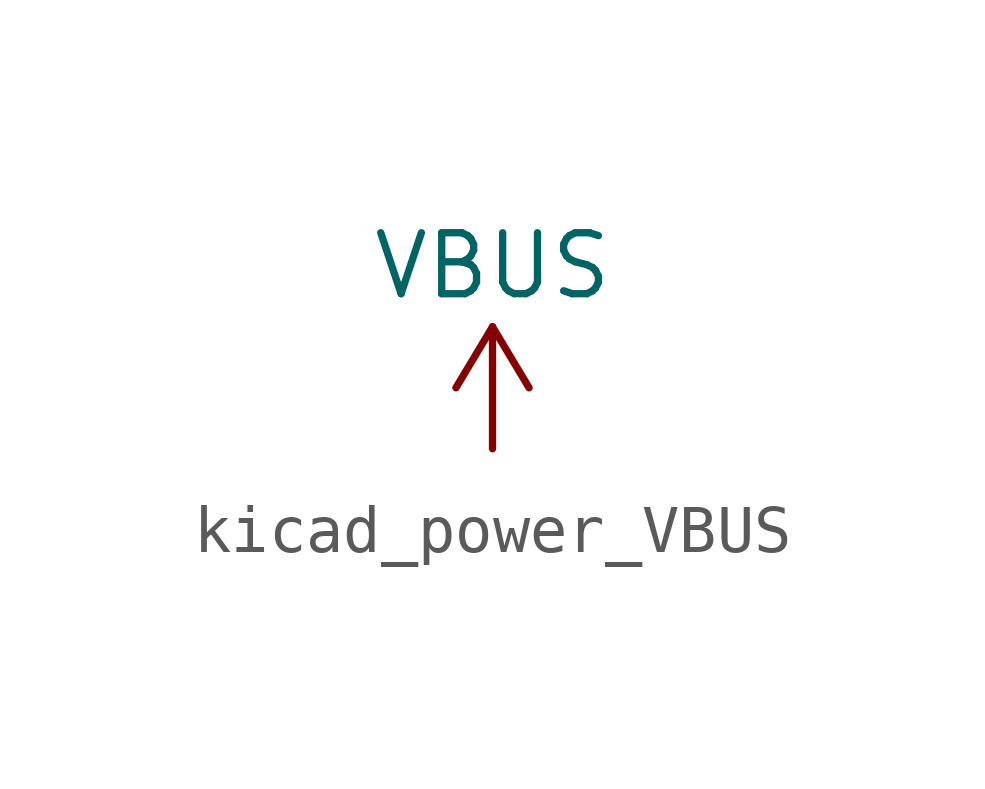
<source format=kicad_sym>
(kicad_symbol_lib
  (version 20220914)
  (generator kicad_symbol_editor)
  (symbol "kicad_power_VBUS"
    (power)
    (pin_names
      (offset 0))
    (property "Reference" "#PWR"
      (at 0 -3.81 0)
      (effects (font (size 1.27 1.27)) hide))
    (property "Value" "VBUS"
      (at 0 3.81 0)
      (effects (font (size 1.27 1.27))))
    (symbol "kicad_power_VBUS_0_1"
      (polyline (pts (xy -0.762 1.27) (xy 0 2.54)) (stroke (width 0) (type default)) (fill (type none)))
      (polyline (pts (xy 0 0) (xy 0 2.54)) (stroke (width 0) (type default)) (fill (type none)))
      (polyline (pts (xy 0 2.54) (xy 0.762 1.27)) (stroke (width 0) (type default)) (fill (type none))))
    (symbol "kicad_power_VBUS_1_1"
      (pin power_in line (at 0 0 90) (length 0) hide (name "VBUS" (effects (font (size 1.27 1.27)))) (number "1" (effects (font (size 1.27 1.27))))))))
</source>
